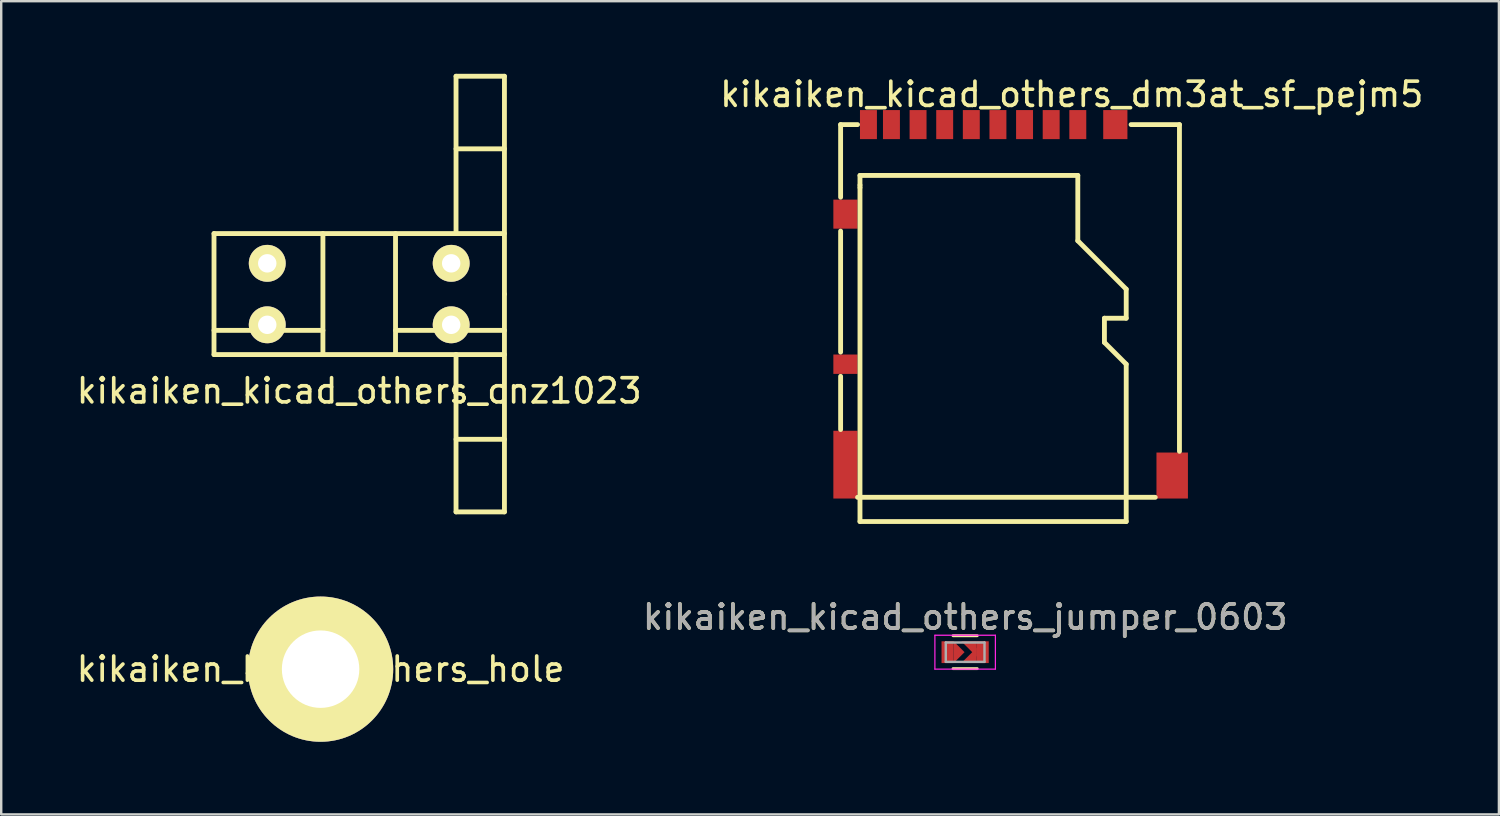
<source format=kicad_pcb>
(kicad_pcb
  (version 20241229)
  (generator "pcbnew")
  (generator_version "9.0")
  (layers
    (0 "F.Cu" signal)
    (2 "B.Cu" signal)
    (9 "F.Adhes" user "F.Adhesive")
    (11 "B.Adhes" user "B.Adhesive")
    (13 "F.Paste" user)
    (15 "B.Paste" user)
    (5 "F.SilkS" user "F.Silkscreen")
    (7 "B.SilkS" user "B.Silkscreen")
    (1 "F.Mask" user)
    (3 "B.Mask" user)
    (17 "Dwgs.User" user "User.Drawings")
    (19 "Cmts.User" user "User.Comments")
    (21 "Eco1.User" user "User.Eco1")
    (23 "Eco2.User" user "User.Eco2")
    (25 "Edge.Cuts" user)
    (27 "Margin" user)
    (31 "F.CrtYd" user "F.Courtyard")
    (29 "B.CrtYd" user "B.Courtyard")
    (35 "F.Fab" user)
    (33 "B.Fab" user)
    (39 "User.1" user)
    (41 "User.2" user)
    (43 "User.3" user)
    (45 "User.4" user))
  (footprint "kikaiken_kicad_others_cnz1023"
    (layer "F.Cu")
    (at 11.792 9.1)
    (property "Reference" "kikaiken_kicad_others_cnz1023" (at 0 4 0) (layer "F.SilkS") (effects (font (size 1 1) (thickness 0.15))))
    (attr through_hole)
    (fp_line (start -6 -2.5) (end -6 2.5) (stroke (width 0.2) (type solid)) (layer "F.SilkS"))
    (fp_line (start -6 1.5) (end -1.5 1.5) (stroke (width 0.2) (type solid)) (layer "F.SilkS"))
    (fp_line (start -6 2.5) (end 4 2.5) (stroke (width 0.2) (type solid)) (layer "F.SilkS"))
    (fp_line (start -1.5 -2.5) (end -1.5 2.5) (stroke (width 0.2) (type solid)) (layer "F.SilkS"))
    (fp_line (start 1.5 -2.5) (end 1.5 2.5) (stroke (width 0.2) (type solid)) (layer "F.SilkS"))
    (fp_line (start 1.5 1.5) (end 6 1.5) (stroke (width 0.2) (type solid)) (layer "F.SilkS"))
    (fp_line (start 4 -9) (end 4 -2.5) (stroke (width 0.2) (type solid)) (layer "F.SilkS"))
    (fp_line (start 4 -6) (end 6 -6) (stroke (width 0.2) (type solid)) (layer "F.SilkS"))
    (fp_line (start 4 -2.5) (end -6 -2.5) (stroke (width 0.2) (type solid)) (layer "F.SilkS"))
    (fp_line (start 4 -2.5) (end 6 -2.5) (stroke (width 0.2) (type solid)) (layer "F.SilkS"))
    (fp_line (start 4 2.5) (end 6 2.5) (stroke (width 0.2) (type solid)) (layer "F.SilkS"))
    (fp_line (start 4 6) (end 6 6) (stroke (width 0.2) (type solid)) (layer "F.SilkS"))
    (fp_line (start 4 9) (end 4 2.5) (stroke (width 0.2) (type solid)) (layer "F.SilkS"))
    (fp_line (start 4 9) (end 6 9) (stroke (width 0.2) (type solid)) (layer "F.SilkS"))
    (fp_line (start 6 -9) (end 4 -9) (stroke (width 0.2) (type solid)) (layer "F.SilkS"))
    (fp_line (start 6 0) (end 6 -9) (stroke (width 0.2) (type solid)) (layer "F.SilkS"))
    (fp_line (start 6 9) (end 6 0) (stroke (width 0.2) (type solid)) (layer "F.SilkS"))
    (pad "1" thru_hole circle (at -3.8 -1.27) (size 1.524 1.524) (drill 0.762) (layers "*.Cu" "*.Mask" "F.SilkS"))
    (pad "2" thru_hole circle (at -3.8 1.27) (size 1.524 1.524) (drill 0.762) (layers "*.Cu" "*.Mask" "F.SilkS"))
    (pad "3" thru_hole circle (at 3.8 1.27) (size 1.524 1.524) (drill 0.762) (layers "*.Cu" "*.Mask" "F.SilkS"))
    (pad "4" thru_hole circle (at 3.8 -1.27) (size 1.524 1.524) (drill 0.762) (layers "*.Cu" "*.Mask" "F.SilkS")))
  (footprint "kikaiken_kicad_others_hole"
    (layer "F.Cu")
    (at 10.196 24.598)
    (property "Reference" "kikaiken_kicad_others_hole" (at 0 0 0) (layer "F.SilkS") (effects (font (size 1 1) (thickness 0.15))))
    (attr through_hole)
    (pad "" thru_hole circle (at 0 0) (size 6 6) (drill 3.2) (layers "*.Cu" "F.SilkS")))
  (footprint "kikaiken_kicad_others_jumper_0603"
    (layer "F.Cu")
    (at 36.827 23.896)
    (property "Reference" "kikaiken_kicad_others_jumper_0603" (at 0 -1.45 0) (layer "F.SilkS") (effects (font (size 1 1) (thickness 0.15))))
    (attr smd)
    (fp_line (start -0.5 -0.68) (end 0.5 -0.68) (stroke (width 0.12) (type solid)) (layer "F.SilkS"))
    (fp_line (start 0.5 0.68) (end -0.5 0.68) (stroke (width 0.12) (type solid)) (layer "F.SilkS"))
    (fp_line (start -1.25 -0.7) (end -1.25 0.7) (stroke (width 0.05) (type solid)) (layer "F.CrtYd"))
    (fp_line (start -1.25 -0.7) (end 1.25 -0.7) (stroke (width 0.05) (type solid)) (layer "F.CrtYd"))
    (fp_line (start 1.25 0.7) (end -1.25 0.7) (stroke (width 0.05) (type solid)) (layer "F.CrtYd"))
    (fp_line (start 1.25 0.7) (end 1.25 -0.7) (stroke (width 0.05) (type solid)) (layer "F.CrtYd"))
    (fp_line (start -0.8 -0.4) (end 0.8 -0.4) (stroke (width 0.1) (type solid)) (layer "F.Fab"))
    (fp_line (start -0.8 0.4) (end -0.8 -0.4) (stroke (width 0.1) (type solid)) (layer "F.Fab"))
    (fp_line (start 0.8 -0.4) (end 0.8 0.4) (stroke (width 0.1) (type solid)) (layer "F.Fab"))
    (fp_line (start 0.8 0.4) (end -0.8 0.4) (stroke (width 0.1) (type solid)) (layer "F.Fab"))
    (fp_text user "${REFERENCE}" (at 0 -1.45 0) (layer "F.Fab") (effects (font (size 1 1) (thickness 0.15))))
    (pad "1" smd rect (at -0.725 0) (size 0.5 0.9) (layers "F.Cu" "F.Mask" "F.Paste"))
    (pad "1" smd trapezoid (at -0.25 0) (size 0.45 0.45) (rect_delta 0.449 0) (layers "F.Cu" "F.Mask" "F.Paste"))
    (pad "2" smd trapezoid (at 0.32 -0.29 45) (size 0.45 0.45) (rect_delta 0.449 0) (layers "F.Cu" "F.Mask" "F.Paste"))
    (pad "2" smd trapezoid (at 0.32 0.29 315) (size 0.45 0.45) (rect_delta 0.449 0) (layers "F.Cu" "F.Mask" "F.Paste"))
    (pad "2" smd rect (at 0.725 0) (size 0.5 0.9) (layers "F.Cu" "F.Mask" "F.Paste")))
  (footprint "kikaiken_kicad_others_dm3at_sf_pejm5"
    (layer "F.Cu")
    (at 41.482 2.098)
    (property "Reference" "kikaiken_kicad_others_dm3at_sf_pejm5" (at -0.25 -1.25 0) (layer "F.SilkS") (effects (font (size 1 1) (thickness 0.15))))
    (attr through_hole)
    (fp_line (start -9.8 0) (end -9.1 0) (stroke (width 0.2) (type solid)) (layer "F.SilkS"))
    (fp_line (start -9.8 3) (end -9.8 0) (stroke (width 0.2) (type solid)) (layer "F.SilkS"))
    (fp_line (start -9.8 9.4) (end -9.8 4.4) (stroke (width 0.2) (type solid)) (layer "F.SilkS"))
    (fp_line (start -9.8 12.6) (end -9.8 10.4) (stroke (width 0.2) (type solid)) (layer "F.SilkS"))
    (fp_line (start -9.1 15.4) (end 3.2 15.4) (stroke (width 0.2) (type solid)) (layer "F.SilkS"))
    (fp_line (start -9 2.1) (end -9 2.5) (stroke (width 0.2) (type solid)) (layer "F.SilkS"))
    (fp_line (start -9 2.5) (end -9 2.6) (stroke (width 0.2) (type solid)) (layer "F.SilkS"))
    (fp_line (start -9 15.4) (end -9 2.6) (stroke (width 0.2) (type solid)) (layer "F.SilkS"))
    (fp_line (start -9 15.4) (end -9 16.4) (stroke (width 0.2) (type solid)) (layer "F.SilkS"))
    (fp_line (start -9 16.4) (end 2 16.4) (stroke (width 0.2) (type solid)) (layer "F.SilkS"))
    (fp_line (start 0 2.1) (end -9 2.1) (stroke (width 0.2) (type solid)) (layer "F.SilkS"))
    (fp_line (start 0 4.8) (end 0 2.1) (stroke (width 0.2) (type solid)) (layer "F.SilkS"))
    (fp_line (start 1.1 8) (end 2 8) (stroke (width 0.2) (type solid)) (layer "F.SilkS"))
    (fp_line (start 1.1 9) (end 1.1 8) (stroke (width 0.2) (type solid)) (layer "F.SilkS"))
    (fp_line (start 2 6.8) (end 0 4.8) (stroke (width 0.2) (type solid)) (layer "F.SilkS"))
    (fp_line (start 2 8) (end 2 6.8) (stroke (width 0.2) (type solid)) (layer "F.SilkS"))
    (fp_line (start 2 9.9) (end 1.1 9) (stroke (width 0.2) (type solid)) (layer "F.SilkS"))
    (fp_line (start 2 15.4) (end 2 9.9) (stroke (width 0.2) (type solid)) (layer "F.SilkS"))
    (fp_line (start 2 16.4) (end 2 15.4) (stroke (width 0.2) (type solid)) (layer "F.SilkS"))
    (fp_line (start 4.2 0) (end 2.2 0) (stroke (width 0.2) (type solid)) (layer "F.SilkS"))
    (fp_line (start 4.2 13.5) (end 4.2 0) (stroke (width 0.2) (type solid)) (layer "F.SilkS"))
    (pad "1" smd rect (at -1.1 0) (size 0.7 1.2) (layers "F.Cu" "F.Mask" "F.Paste"))
    (pad "2" smd rect (at -2.2 0) (size 0.7 1.2) (layers "F.Cu" "F.Mask" "F.Paste"))
    (pad "4" smd rect (at -3.3 0) (size 0.7 1.2) (layers "F.Cu" "F.Mask" "F.Paste"))
    (pad "5" smd rect (at -4.4 0) (size 0.7 1.2) (layers "F.Cu" "F.Mask" "F.Paste"))
    (pad "6" smd rect (at -5.5 0) (size 0.7 1.2) (layers "F.Cu" "F.Mask" "F.Paste"))
    (pad "7" smd rect (at -6.6 0) (size 0.7 1.2) (layers "F.Cu" "F.Mask" "F.Paste"))
    (pad "8" smd rect (at -7.7 0) (size 0.7 1.2) (layers "F.Cu" "F.Mask" "F.Paste"))
    (pad "9" smd rect (at 0 0) (size 0.7 1.2) (layers "F.Cu" "F.Mask" "F.Paste"))
    (pad "10" smd rect (at -8.65 0) (size 0.7 1.2) (layers "F.Cu" "F.Mask" "F.Paste"))
    (pad "11" smd rect (at -9.6 9.9) (size 1 0.8) (layers "F.Cu" "F.Mask" "F.Paste"))
    (pad "12" smd rect (at -9.6 3.7) (size 1 1.2) (layers "F.Cu" "F.Mask" "F.Paste"))
    (pad "12" smd rect (at 1.55 0) (size 1 1.2) (layers "F.Cu" "F.Mask" "F.Paste"))
    (pad "13" smd rect (at -9.6 14.05) (size 1 2.8) (layers "F.Cu" "F.Mask" "F.Paste"))
    (pad "13" smd rect (at 3.9 14.5) (size 1.3 1.9) (layers "F.Cu" "F.Mask" "F.Paste")))
  (gr_rect
    (start -3 -3)
    (end 58.881 30.598)
    (stroke (width 0.1) (type default))
    (fill no)
    (layer "Edge.Cuts")))
</source>
